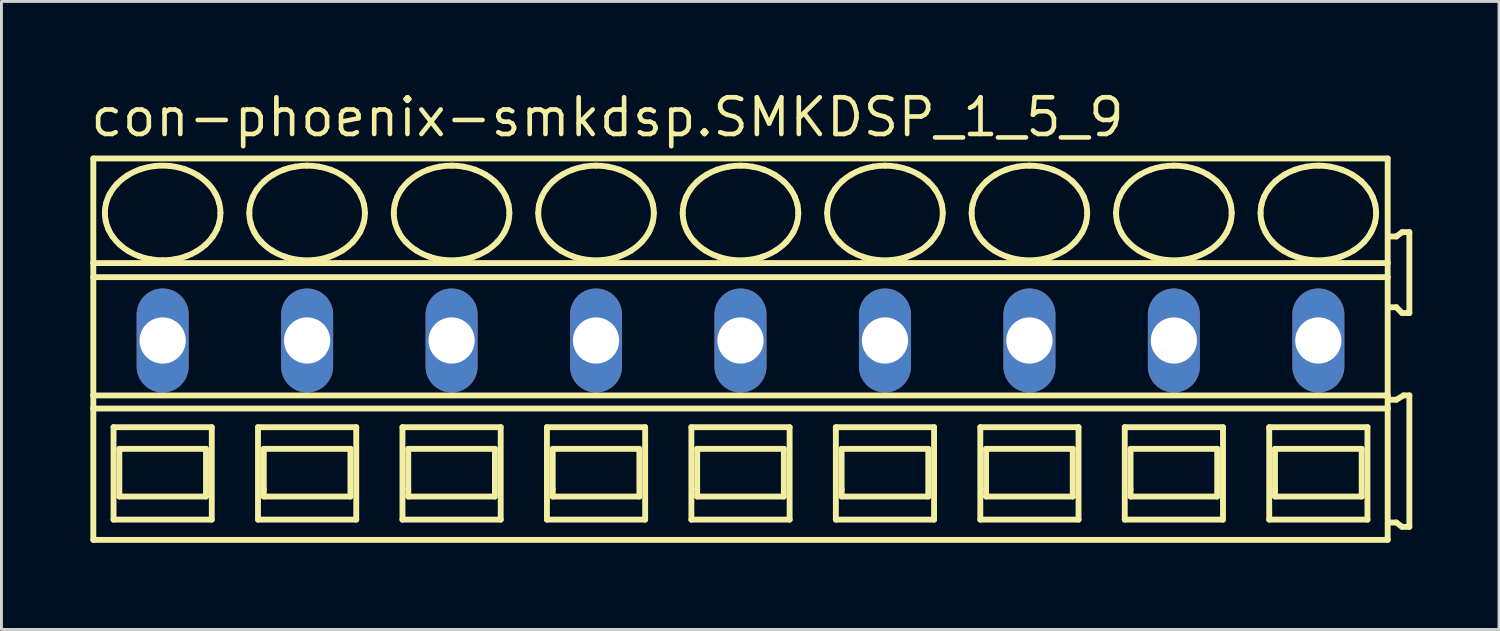
<source format=kicad_pcb>
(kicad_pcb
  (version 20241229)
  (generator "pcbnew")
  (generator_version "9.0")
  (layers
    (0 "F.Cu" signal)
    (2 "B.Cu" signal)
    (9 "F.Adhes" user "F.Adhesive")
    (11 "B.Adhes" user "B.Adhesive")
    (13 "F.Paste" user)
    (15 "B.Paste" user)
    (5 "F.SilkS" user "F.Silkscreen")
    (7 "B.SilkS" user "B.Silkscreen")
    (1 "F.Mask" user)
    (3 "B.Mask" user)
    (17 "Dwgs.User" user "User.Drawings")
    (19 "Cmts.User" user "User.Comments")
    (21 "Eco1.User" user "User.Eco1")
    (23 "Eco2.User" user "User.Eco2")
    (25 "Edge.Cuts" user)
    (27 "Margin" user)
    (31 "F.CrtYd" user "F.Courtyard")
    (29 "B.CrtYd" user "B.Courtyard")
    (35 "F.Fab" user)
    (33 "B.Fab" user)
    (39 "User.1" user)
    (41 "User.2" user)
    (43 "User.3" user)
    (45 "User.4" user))
  (footprint "con-phoenix-smkdsp.SMKDSP_1_5_9"
    (layer "F.Cu")
    (at 5.08 8.735)
    (property "Reference" "con-phoenix-smkdsp.SMKDSP_1_5_9" (at -5.08 -6.985 0) (layer "F.SilkS") (effects (font (size 1.27 1.27) (thickness 0.16)) (justify left bottom)))
    (attr through_hole)
    (fp_line (start -4.9 -6.3) (end -4.9 -2.679) (stroke (width 0.203) (type default)) (layer "F.SilkS"))
    (fp_line (start -4.9 -2.679) (end -4.9 -2.192) (stroke (width 0.203) (type default)) (layer "F.SilkS"))
    (fp_line (start -4.9 -2.192) (end -4.9 1.902) (stroke (width 0.203) (type default)) (layer "F.SilkS"))
    (fp_line (start -4.9 1.902) (end -4.9 2.354) (stroke (width 0.203) (type default)) (layer "F.SilkS"))
    (fp_line (start -4.9 2.354) (end -4.9 6.9) (stroke (width 0.203) (type default)) (layer "F.SilkS"))
    (fp_line (start -4.9 6.9) (end 39.9 6.9) (stroke (width 0.203) (type default)) (layer "F.SilkS"))
    (fp_line (start -4.2 3) (end -4.2 6.2) (stroke (width 0.203) (type default)) (layer "F.SilkS"))
    (fp_line (start -4.2 6.2) (end -0.8 6.2) (stroke (width 0.203) (type default)) (layer "F.SilkS"))
    (fp_line (start -4 3.75) (end -4 5.4) (stroke (width 0.203) (type default)) (layer "F.SilkS"))
    (fp_line (start -4 5.4) (end -1 5.4) (stroke (width 0.203) (type default)) (layer "F.SilkS"))
    (fp_line (start -1 3.75) (end -4 3.75) (stroke (width 0.203) (type default)) (layer "F.SilkS"))
    (fp_line (start -1 5.4) (end -1 3.75) (stroke (width 0.203) (type default)) (layer "F.SilkS"))
    (fp_line (start -0.8 3) (end -4.2 3) (stroke (width 0.203) (type default)) (layer "F.SilkS"))
    (fp_line (start -0.8 6.2) (end -0.8 3) (stroke (width 0.203) (type default)) (layer "F.SilkS"))
    (fp_line (start 0.8 3) (end 0.8 6.2) (stroke (width 0.203) (type default)) (layer "F.SilkS"))
    (fp_line (start 0.8 6.2) (end 4.2 6.2) (stroke (width 0.203) (type default)) (layer "F.SilkS"))
    (fp_line (start 1 3.75) (end 1 5.15) (stroke (width 0.203) (type default)) (layer "F.SilkS"))
    (fp_line (start 1 5.15) (end 1 5.4) (stroke (width 0.203) (type default)) (layer "F.SilkS"))
    (fp_line (start 1 5.4) (end 4 5.4) (stroke (width 0.203) (type default)) (layer "F.SilkS"))
    (fp_line (start 4 3.75) (end 1 3.75) (stroke (width 0.203) (type default)) (layer "F.SilkS"))
    (fp_line (start 4 5.4) (end 4 3.75) (stroke (width 0.203) (type default)) (layer "F.SilkS"))
    (fp_line (start 4.2 3) (end 0.8 3) (stroke (width 0.203) (type default)) (layer "F.SilkS"))
    (fp_line (start 4.2 6.2) (end 4.2 3) (stroke (width 0.203) (type default)) (layer "F.SilkS"))
    (fp_line (start 5.8 3) (end 5.8 6.2) (stroke (width 0.203) (type default)) (layer "F.SilkS"))
    (fp_line (start 5.8 6.2) (end 9.2 6.2) (stroke (width 0.203) (type default)) (layer "F.SilkS"))
    (fp_line (start 6 3.75) (end 6 5.15) (stroke (width 0.203) (type default)) (layer "F.SilkS"))
    (fp_line (start 6 5.15) (end 6 5.4) (stroke (width 0.203) (type default)) (layer "F.SilkS"))
    (fp_line (start 6 5.4) (end 9 5.4) (stroke (width 0.203) (type default)) (layer "F.SilkS"))
    (fp_line (start 9 3.75) (end 6 3.75) (stroke (width 0.203) (type default)) (layer "F.SilkS"))
    (fp_line (start 9 5.4) (end 9 3.75) (stroke (width 0.203) (type default)) (layer "F.SilkS"))
    (fp_line (start 9.2 3) (end 5.8 3) (stroke (width 0.203) (type default)) (layer "F.SilkS"))
    (fp_line (start 9.2 6.2) (end 9.2 3) (stroke (width 0.203) (type default)) (layer "F.SilkS"))
    (fp_line (start 10.8 3) (end 10.8 6.2) (stroke (width 0.203) (type default)) (layer "F.SilkS"))
    (fp_line (start 10.8 6.2) (end 14.2 6.2) (stroke (width 0.203) (type default)) (layer "F.SilkS"))
    (fp_line (start 11 3.75) (end 11 5.15) (stroke (width 0.203) (type default)) (layer "F.SilkS"))
    (fp_line (start 11 5.15) (end 11 5.4) (stroke (width 0.203) (type default)) (layer "F.SilkS"))
    (fp_line (start 11 5.4) (end 14 5.4) (stroke (width 0.203) (type default)) (layer "F.SilkS"))
    (fp_line (start 14 3.75) (end 11 3.75) (stroke (width 0.203) (type default)) (layer "F.SilkS"))
    (fp_line (start 14 5.4) (end 14 3.75) (stroke (width 0.203) (type default)) (layer "F.SilkS"))
    (fp_line (start 14.2 3) (end 10.8 3) (stroke (width 0.203) (type default)) (layer "F.SilkS"))
    (fp_line (start 14.2 6.2) (end 14.2 3) (stroke (width 0.203) (type default)) (layer "F.SilkS"))
    (fp_line (start 15.8 3) (end 15.8 6.2) (stroke (width 0.203) (type default)) (layer "F.SilkS"))
    (fp_line (start 15.8 6.2) (end 19.2 6.2) (stroke (width 0.203) (type default)) (layer "F.SilkS"))
    (fp_line (start 16 3.75) (end 16 5.15) (stroke (width 0.203) (type default)) (layer "F.SilkS"))
    (fp_line (start 16 5.15) (end 16 5.4) (stroke (width 0.203) (type default)) (layer "F.SilkS"))
    (fp_line (start 16 5.4) (end 19 5.4) (stroke (width 0.203) (type default)) (layer "F.SilkS"))
    (fp_line (start 19 3.75) (end 16 3.75) (stroke (width 0.203) (type default)) (layer "F.SilkS"))
    (fp_line (start 19 5.4) (end 19 3.75) (stroke (width 0.203) (type default)) (layer "F.SilkS"))
    (fp_line (start 19.2 3) (end 15.8 3) (stroke (width 0.203) (type default)) (layer "F.SilkS"))
    (fp_line (start 19.2 6.2) (end 19.2 3) (stroke (width 0.203) (type default)) (layer "F.SilkS"))
    (fp_line (start 20.8 3) (end 20.8 6.2) (stroke (width 0.203) (type default)) (layer "F.SilkS"))
    (fp_line (start 20.8 6.2) (end 24.2 6.2) (stroke (width 0.203) (type default)) (layer "F.SilkS"))
    (fp_line (start 21 3.75) (end 21 5.15) (stroke (width 0.203) (type default)) (layer "F.SilkS"))
    (fp_line (start 21 5.15) (end 21 5.4) (stroke (width 0.203) (type default)) (layer "F.SilkS"))
    (fp_line (start 21 5.4) (end 24 5.4) (stroke (width 0.203) (type default)) (layer "F.SilkS"))
    (fp_line (start 24 3.75) (end 21 3.75) (stroke (width 0.203) (type default)) (layer "F.SilkS"))
    (fp_line (start 24 5.4) (end 24 3.75) (stroke (width 0.203) (type default)) (layer "F.SilkS"))
    (fp_line (start 24.2 3) (end 20.8 3) (stroke (width 0.203) (type default)) (layer "F.SilkS"))
    (fp_line (start 24.2 6.2) (end 24.2 3) (stroke (width 0.203) (type default)) (layer "F.SilkS"))
    (fp_line (start 25.8 3) (end 25.8 6.2) (stroke (width 0.203) (type default)) (layer "F.SilkS"))
    (fp_line (start 25.8 6.2) (end 29.2 6.2) (stroke (width 0.203) (type default)) (layer "F.SilkS"))
    (fp_line (start 26 3.75) (end 26 5.15) (stroke (width 0.203) (type default)) (layer "F.SilkS"))
    (fp_line (start 26 5.15) (end 26 5.4) (stroke (width 0.203) (type default)) (layer "F.SilkS"))
    (fp_line (start 26 5.4) (end 29 5.4) (stroke (width 0.203) (type default)) (layer "F.SilkS"))
    (fp_line (start 29 3.75) (end 26 3.75) (stroke (width 0.203) (type default)) (layer "F.SilkS"))
    (fp_line (start 29 5.4) (end 29 3.75) (stroke (width 0.203) (type default)) (layer "F.SilkS"))
    (fp_line (start 29.2 3) (end 25.8 3) (stroke (width 0.203) (type default)) (layer "F.SilkS"))
    (fp_line (start 29.2 6.2) (end 29.2 3) (stroke (width 0.203) (type default)) (layer "F.SilkS"))
    (fp_line (start 30.8 3) (end 30.8 6.2) (stroke (width 0.203) (type default)) (layer "F.SilkS"))
    (fp_line (start 30.8 6.2) (end 34.2 6.2) (stroke (width 0.203) (type default)) (layer "F.SilkS"))
    (fp_line (start 31 3.75) (end 31 5.15) (stroke (width 0.203) (type default)) (layer "F.SilkS"))
    (fp_line (start 31 5.15) (end 31 5.4) (stroke (width 0.203) (type default)) (layer "F.SilkS"))
    (fp_line (start 31 5.4) (end 34 5.4) (stroke (width 0.203) (type default)) (layer "F.SilkS"))
    (fp_line (start 34 3.75) (end 31 3.75) (stroke (width 0.203) (type default)) (layer "F.SilkS"))
    (fp_line (start 34 5.4) (end 34 3.75) (stroke (width 0.203) (type default)) (layer "F.SilkS"))
    (fp_line (start 34.2 3) (end 30.8 3) (stroke (width 0.203) (type default)) (layer "F.SilkS"))
    (fp_line (start 34.2 6.2) (end 34.2 3) (stroke (width 0.203) (type default)) (layer "F.SilkS"))
    (fp_line (start 35.8 3) (end 35.8 6.2) (stroke (width 0.203) (type default)) (layer "F.SilkS"))
    (fp_line (start 35.8 6.2) (end 39.2 6.2) (stroke (width 0.203) (type default)) (layer "F.SilkS"))
    (fp_line (start 36 3.75) (end 36 5.15) (stroke (width 0.203) (type default)) (layer "F.SilkS"))
    (fp_line (start 36 5.15) (end 36 5.4) (stroke (width 0.203) (type default)) (layer "F.SilkS"))
    (fp_line (start 36 5.4) (end 39 5.4) (stroke (width 0.203) (type default)) (layer "F.SilkS"))
    (fp_line (start 39 3.75) (end 36 3.75) (stroke (width 0.203) (type default)) (layer "F.SilkS"))
    (fp_line (start 39 5.4) (end 39 3.75) (stroke (width 0.203) (type default)) (layer "F.SilkS"))
    (fp_line (start 39.2 3) (end 35.8 3) (stroke (width 0.203) (type default)) (layer "F.SilkS"))
    (fp_line (start 39.2 6.2) (end 39.2 3) (stroke (width 0.203) (type default)) (layer "F.SilkS"))
    (fp_line (start 39.9 -6.3) (end -4.9 -6.3) (stroke (width 0.203) (type default)) (layer "F.SilkS"))
    (fp_line (start 39.9 -2.679) (end -4.9 -2.679) (stroke (width 0.203) (type default)) (layer "F.SilkS"))
    (fp_line (start 39.9 -2.679) (end 39.9 -6.3) (stroke (width 0.203) (type default)) (layer "F.SilkS"))
    (fp_line (start 39.9 -2.192) (end -4.9 -2.192) (stroke (width 0.203) (type default)) (layer "F.SilkS"))
    (fp_line (start 39.9 -2.192) (end 39.9 -2.679) (stroke (width 0.203) (type default)) (layer "F.SilkS"))
    (fp_line (start 39.9 1.902) (end -4.9 1.902) (stroke (width 0.203) (type default)) (layer "F.SilkS"))
    (fp_line (start 39.9 1.902) (end 39.9 -2.192) (stroke (width 0.203) (type default)) (layer "F.SilkS"))
    (fp_line (start 39.9 2.354) (end -4.9 2.354) (stroke (width 0.203) (type default)) (layer "F.SilkS"))
    (fp_line (start 39.9 2.354) (end 39.9 1.902) (stroke (width 0.203) (type default)) (layer "F.SilkS"))
    (fp_line (start 39.9 6.9) (end 39.9 2.354) (stroke (width 0.203) (type default)) (layer "F.SilkS"))
    (fp_line (start 40 -1.15) (end 40.2 -1.15) (stroke (width 0.203) (type default)) (layer "F.SilkS"))
    (fp_line (start 40 6.3) (end 40.2 6.3) (stroke (width 0.203) (type default)) (layer "F.SilkS"))
    (fp_line (start 40.2 -3.6) (end 40 -3.6) (stroke (width 0.203) (type default)) (layer "F.SilkS"))
    (fp_line (start 40.2 -1.15) (end 40.4 -0.95) (stroke (width 0.203) (type default)) (layer "F.SilkS"))
    (fp_line (start 40.2 2.05) (end 40 2.05) (stroke (width 0.203) (type default)) (layer "F.SilkS"))
    (fp_line (start 40.2 6.3) (end 40.4 6.45) (stroke (width 0.203) (type default)) (layer "F.SilkS"))
    (fp_line (start 40.4 -3.75) (end 40.2 -3.6) (stroke (width 0.203) (type default)) (layer "F.SilkS"))
    (fp_line (start 40.4 -0.95) (end 40.65 -0.95) (stroke (width 0.203) (type default)) (layer "F.SilkS"))
    (fp_line (start 40.4 6.45) (end 40.65 6.45) (stroke (width 0.203) (type default)) (layer "F.SilkS"))
    (fp_line (start 40.45 1.9) (end 40.2 2.05) (stroke (width 0.203) (type default)) (layer "F.SilkS"))
    (fp_line (start 40.65 -3.75) (end 40.4 -3.75) (stroke (width 0.203) (type default)) (layer "F.SilkS"))
    (fp_line (start 40.65 -0.95) (end 40.65 -3.75) (stroke (width 0.203) (type default)) (layer "F.SilkS"))
    (fp_line (start 40.65 1.9) (end 40.45 1.9) (stroke (width 0.203) (type default)) (layer "F.SilkS"))
    (fp_line (start 40.65 6.45) (end 40.65 1.9) (stroke (width 0.203) (type default)) (layer "F.SilkS"))
    (fp_arc (start -4.5 -4.4136) (mid -4.488905 -4.585389) (end -4.4562 -4.7544) (stroke (width 0.2032) (type default)) (layer "F.SilkS"))
    (fp_arc (start -4.4695 -4.1287) (mid -4.492309 -4.270341) (end -4.5 -4.4136) (stroke (width 0.2032) (type default)) (layer "F.SilkS"))
    (fp_arc (start -4.4562 -4.7544) (mid -4.401558 -4.920839) (end -4.3273 -5.0795) (stroke (width 0.2032) (type default)) (layer "F.SilkS"))
    (fp_arc (start -4.3795 -3.8536) (mid -4.431599 -3.988827) (end -4.4695 -4.1287) (stroke (width 0.2032) (type default)) (layer "F.SilkS"))
    (fp_arc (start -4.3274 -5.0795) (mid -4.216217 -5.252167) (end -4.0864 -5.4113) (stroke (width 0.2032) (type default)) (layer "F.SilkS"))
    (fp_arc (start -4.232 -3.5945) (mid -4.312155 -3.720404) (end -4.3795 -3.8536) (stroke (width 0.2032) (type default)) (layer "F.SilkS"))
    (fp_arc (start -4.0864 -5.4113) (mid -3.911717 -5.573771) (end -3.718 -5.713) (stroke (width 0.2032) (type default)) (layer "F.SilkS"))
    (fp_arc (start -3.9861 -3.3171) (mid -4.116737 -3.448975) (end -4.2321 -3.5944) (stroke (width 0.2032) (type default)) (layer "F.SilkS"))
    (fp_arc (start -3.718 -5.713) (mid -3.497651 -5.83326) (end -3.2649 -5.9273) (stroke (width 0.2032) (type default)) (layer "F.SilkS"))
    (fp_arc (start -3.676 -3.0884) (mid -3.836846 -3.19489) (end -3.9861 -3.3171) (stroke (width 0.2032) (type default)) (layer "F.SilkS"))
    (fp_arc (start -3.313 -2.9167) (mid -3.498551 -2.993985) (end -3.676 -3.0884) (stroke (width 0.2032) (type default)) (layer "F.SilkS"))
    (fp_arc (start -3.2649 -5.9273) (mid -3.016253 -5.996227) (end -2.7616 -6.0378) (stroke (width 0.2032) (type default)) (layer "F.SilkS"))
    (fp_arc (start -2.9161 -2.8111) (mid -3.116893 -2.855096) (end -3.313 -2.9167) (stroke (width 0.2032) (type default)) (layer "F.SilkS"))
    (fp_arc (start -2.7616 -6.0378) (mid -2.5 -6.051841) (end -2.2384 -6.0378) (stroke (width 0.2032) (type default)) (layer "F.SilkS"))
    (fp_arc (start -2.5 -2.7752) (mid -2.708826 -2.784159) (end -2.9161 -2.8111) (stroke (width 0.2032) (type default)) (layer "F.SilkS"))
    (fp_arc (start -2.2384 -6.0378) (mid -1.983714 -5.996378) (end -1.7351 -5.9273) (stroke (width 0.2032) (type default)) (layer "F.SilkS"))
    (fp_arc (start -2.0839 -2.8111) (mid -2.291182 -2.784277) (end -2.5 -2.7753) (stroke (width 0.2032) (type default)) (layer "F.SilkS"))
    (fp_arc (start -1.7351 -5.9273) (mid -1.502222 -5.83353) (end -1.282 -5.713) (stroke (width 0.2032) (type default)) (layer "F.SilkS"))
    (fp_arc (start -1.687 -2.9167) (mid -1.883128 -2.855175) (end -2.0839 -2.8111) (stroke (width 0.2032) (type default)) (layer "F.SilkS"))
    (fp_arc (start -1.324 -3.0884) (mid -1.501514 -2.994123) (end -1.687 -2.9167) (stroke (width 0.2032) (type default)) (layer "F.SilkS"))
    (fp_arc (start -1.282 -5.713) (mid -1.088036 -5.574073) (end -0.9136 -5.4113) (stroke (width 0.2032) (type default)) (layer "F.SilkS"))
    (fp_arc (start -1.0139 -3.3171) (mid -1.163276 -3.195057) (end -1.324 -3.0884) (stroke (width 0.2032) (type default)) (layer "F.SilkS"))
    (fp_arc (start -0.9137 -5.4112) (mid -0.781313 -5.253987) (end -0.6727 -5.0795) (stroke (width 0.2032) (type default)) (layer "F.SilkS"))
    (fp_arc (start -0.7679 -3.5944) (mid -0.88339 -3.449088) (end -1.0139 -3.3171) (stroke (width 0.2032) (type default)) (layer "F.SilkS"))
    (fp_arc (start -0.6727 -5.0795) (mid -0.598286 -4.920901) (end -0.5438 -4.7544) (stroke (width 0.2032) (type default)) (layer "F.SilkS"))
    (fp_arc (start -0.6204 -3.8536) (mid -0.687861 -3.720421) (end -0.7679 -3.5944) (stroke (width 0.2032) (type default)) (layer "F.SilkS"))
    (fp_arc (start -0.5438 -4.7544) (mid -0.511083 -4.58539) (end -0.5 -4.4136) (stroke (width 0.2032) (type default)) (layer "F.SilkS"))
    (fp_arc (start -0.5305 -4.1287) (mid -0.568473 -3.988851) (end -0.6205 -3.8536) (stroke (width 0.2032) (type default)) (layer "F.SilkS"))
    (fp_arc (start -0.5001 -4.4136) (mid -0.50774 -4.270343) (end -0.5305 -4.1287) (stroke (width 0.2032) (type default)) (layer "F.SilkS"))
    (fp_arc (start 0.5 -4.4136) (mid 0.507693 -4.556809) (end 0.5305 -4.6984) (stroke (width 0.2032) (type default)) (layer "F.SilkS"))
    (fp_arc (start 0.5305 -4.6984) (mid 0.568467 -4.8383) (end 0.6205 -4.9736) (stroke (width 0.2032) (type default)) (layer "F.SilkS"))
    (fp_arc (start 0.5438 -4.0727) (mid 0.511073 -4.241759) (end 0.5 -4.4136) (stroke (width 0.2032) (type default)) (layer "F.SilkS"))
    (fp_arc (start 0.6204 -4.9736) (mid 0.687866 -5.106728) (end 0.7679 -5.2327) (stroke (width 0.2032) (type default)) (layer "F.SilkS"))
    (fp_arc (start 0.6727 -3.7476) (mid 0.598288 -3.9062) (end 0.5438 -4.0727) (stroke (width 0.2032) (type default)) (layer "F.SilkS"))
    (fp_arc (start 0.7679 -5.2327) (mid 0.883386 -5.378016) (end 1.0139 -5.51) (stroke (width 0.2032) (type default)) (layer "F.SilkS"))
    (fp_arc (start 0.9136 -3.4159) (mid 0.781267 -3.57312) (end 0.6727 -3.7476) (stroke (width 0.2032) (type default)) (layer "F.SilkS"))
    (fp_arc (start 1.0139 -5.51) (mid 1.163277 -5.632042) (end 1.324 -5.7387) (stroke (width 0.2032) (type default)) (layer "F.SilkS"))
    (fp_arc (start 1.282 -3.1141) (mid 1.088032 -3.253077) (end 0.9136 -3.4159) (stroke (width 0.2032) (type default)) (layer "F.SilkS"))
    (fp_arc (start 1.324 -5.7387) (mid 1.501514 -5.832977) (end 1.687 -5.9104) (stroke (width 0.2032) (type default)) (layer "F.SilkS"))
    (fp_arc (start 1.687 -5.9104) (mid 1.883128 -5.971925) (end 2.0839 -6.016) (stroke (width 0.2032) (type default)) (layer "F.SilkS"))
    (fp_arc (start 1.7351 -2.8998) (mid 1.502222 -2.993571) (end 1.282 -3.1141) (stroke (width 0.2032) (type default)) (layer "F.SilkS"))
    (fp_arc (start 2.0839 -6.0161) (mid 2.291183 -6.042919) (end 2.5 -6.0519) (stroke (width 0.2032) (type default)) (layer "F.SilkS"))
    (fp_arc (start 2.2384 -2.7893) (mid 1.983714 -2.830721) (end 1.7351 -2.8998) (stroke (width 0.2032) (type default)) (layer "F.SilkS"))
    (fp_arc (start 2.5 -6.0519) (mid 2.708826 -6.042941) (end 2.9161 -6.016) (stroke (width 0.2032) (type default)) (layer "F.SilkS"))
    (fp_arc (start 2.7616 -2.7893) (mid 2.5 -2.775259) (end 2.2384 -2.7893) (stroke (width 0.2032) (type default)) (layer "F.SilkS"))
    (fp_arc (start 2.9161 -6.016) (mid 3.116893 -5.972004) (end 3.313 -5.9104) (stroke (width 0.2032) (type default)) (layer "F.SilkS"))
    (fp_arc (start 3.2649 -2.8998) (mid 3.016253 -2.830873) (end 2.7616 -2.7893) (stroke (width 0.2032) (type default)) (layer "F.SilkS"))
    (fp_arc (start 3.313 -5.9104) (mid 3.498552 -5.833116) (end 3.676 -5.7387) (stroke (width 0.2032) (type default)) (layer "F.SilkS"))
    (fp_arc (start 3.676 -5.7387) (mid 3.836846 -5.632209) (end 3.9861 -5.51) (stroke (width 0.2032) (type default)) (layer "F.SilkS"))
    (fp_arc (start 3.718 -3.1141) (mid 3.497651 -2.993839) (end 3.2649 -2.8998) (stroke (width 0.2032) (type default)) (layer "F.SilkS"))
    (fp_arc (start 3.9861 -5.51) (mid 4.116738 -5.378126) (end 4.2321 -5.2327) (stroke (width 0.2032) (type default)) (layer "F.SilkS"))
    (fp_arc (start 4.0864 -3.4159) (mid 3.911721 -3.253378) (end 3.718 -3.1141) (stroke (width 0.2032) (type default)) (layer "F.SilkS"))
    (fp_arc (start 4.2321 -5.2327) (mid 4.312204 -5.106793) (end 4.3795 -4.9736) (stroke (width 0.2032) (type default)) (layer "F.SilkS"))
    (fp_arc (start 4.3273 -3.7476) (mid 4.216161 -3.574988) (end 4.0864 -3.4159) (stroke (width 0.2032) (type default)) (layer "F.SilkS"))
    (fp_arc (start 4.3795 -4.9736) (mid 4.431605 -4.838324) (end 4.4695 -4.6984) (stroke (width 0.2032) (type default)) (layer "F.SilkS"))
    (fp_arc (start 4.4562 -4.0727) (mid 4.401557 -3.906262) (end 4.3273 -3.7476) (stroke (width 0.2032) (type default)) (layer "F.SilkS"))
    (fp_arc (start 4.4695 -4.6984) (mid 4.4923 -4.556809) (end 4.5 -4.4136) (stroke (width 0.2032) (type default)) (layer "F.SilkS"))
    (fp_arc (start 4.5 -4.4136) (mid 4.488914 -4.241761) (end 4.4562 -4.0727) (stroke (width 0.2032) (type default)) (layer "F.SilkS"))
    (fp_arc (start 5.5 -4.4136) (mid 5.507693 -4.556809) (end 5.5305 -4.6984) (stroke (width 0.2032) (type default)) (layer "F.SilkS"))
    (fp_arc (start 5.5305 -4.6984) (mid 5.568467 -4.8383) (end 5.6205 -4.9736) (stroke (width 0.2032) (type default)) (layer "F.SilkS"))
    (fp_arc (start 5.5438 -4.0727) (mid 5.511073 -4.241759) (end 5.5 -4.4136) (stroke (width 0.2032) (type default)) (layer "F.SilkS"))
    (fp_arc (start 5.6204 -4.9736) (mid 5.687866 -5.106728) (end 5.7679 -5.2327) (stroke (width 0.2032) (type default)) (layer "F.SilkS"))
    (fp_arc (start 5.6727 -3.7476) (mid 5.598288 -3.9062) (end 5.5438 -4.0727) (stroke (width 0.2032) (type default)) (layer "F.SilkS"))
    (fp_arc (start 5.7679 -5.2327) (mid 5.883386 -5.378016) (end 6.0139 -5.51) (stroke (width 0.2032) (type default)) (layer "F.SilkS"))
    (fp_arc (start 5.9136 -3.4159) (mid 5.781267 -3.57312) (end 5.6727 -3.7476) (stroke (width 0.2032) (type default)) (layer "F.SilkS"))
    (fp_arc (start 6.0139 -5.51) (mid 6.163277 -5.632042) (end 6.324 -5.7387) (stroke (width 0.2032) (type default)) (layer "F.SilkS"))
    (fp_arc (start 6.282 -3.1141) (mid 6.088032 -3.253077) (end 5.9136 -3.4159) (stroke (width 0.2032) (type default)) (layer "F.SilkS"))
    (fp_arc (start 6.324 -5.7387) (mid 6.501514 -5.832977) (end 6.687 -5.9104) (stroke (width 0.2032) (type default)) (layer "F.SilkS"))
    (fp_arc (start 6.687 -5.9104) (mid 6.883128 -5.971925) (end 7.0839 -6.016) (stroke (width 0.2032) (type default)) (layer "F.SilkS"))
    (fp_arc (start 6.7351 -2.8998) (mid 6.502222 -2.993571) (end 6.282 -3.1141) (stroke (width 0.2032) (type default)) (layer "F.SilkS"))
    (fp_arc (start 7.0839 -6.0161) (mid 7.291183 -6.042919) (end 7.5 -6.0519) (stroke (width 0.2032) (type default)) (layer "F.SilkS"))
    (fp_arc (start 7.2384 -2.7893) (mid 6.983714 -2.830721) (end 6.7351 -2.8998) (stroke (width 0.2032) (type default)) (layer "F.SilkS"))
    (fp_arc (start 7.5 -6.0519) (mid 7.708826 -6.042941) (end 7.9161 -6.016) (stroke (width 0.2032) (type default)) (layer "F.SilkS"))
    (fp_arc (start 7.7616 -2.7893) (mid 7.5 -2.775259) (end 7.2384 -2.7893) (stroke (width 0.2032) (type default)) (layer "F.SilkS"))
    (fp_arc (start 7.9161 -6.016) (mid 8.116893 -5.972004) (end 8.313 -5.9104) (stroke (width 0.2032) (type default)) (layer "F.SilkS"))
    (fp_arc (start 8.2649 -2.8998) (mid 8.016253 -2.830873) (end 7.7616 -2.7893) (stroke (width 0.2032) (type default)) (layer "F.SilkS"))
    (fp_arc (start 8.313 -5.9104) (mid 8.498552 -5.833116) (end 8.676 -5.7387) (stroke (width 0.2032) (type default)) (layer "F.SilkS"))
    (fp_arc (start 8.676 -5.7387) (mid 8.836846 -5.632209) (end 8.9861 -5.51) (stroke (width 0.2032) (type default)) (layer "F.SilkS"))
    (fp_arc (start 8.718 -3.1141) (mid 8.497651 -2.993839) (end 8.2649 -2.8998) (stroke (width 0.2032) (type default)) (layer "F.SilkS"))
    (fp_arc (start 8.9861 -5.51) (mid 9.116738 -5.378126) (end 9.2321 -5.2327) (stroke (width 0.2032) (type default)) (layer "F.SilkS"))
    (fp_arc (start 9.0864 -3.4159) (mid 8.911721 -3.253378) (end 8.718 -3.1141) (stroke (width 0.2032) (type default)) (layer "F.SilkS"))
    (fp_arc (start 9.2321 -5.2327) (mid 9.312204 -5.106793) (end 9.3795 -4.9736) (stroke (width 0.2032) (type default)) (layer "F.SilkS"))
    (fp_arc (start 9.3273 -3.7476) (mid 9.216161 -3.574988) (end 9.0864 -3.4159) (stroke (width 0.2032) (type default)) (layer "F.SilkS"))
    (fp_arc (start 9.3795 -4.9736) (mid 9.431605 -4.838324) (end 9.4695 -4.6984) (stroke (width 0.2032) (type default)) (layer "F.SilkS"))
    (fp_arc (start 9.4562 -4.0727) (mid 9.401557 -3.906262) (end 9.3273 -3.7476) (stroke (width 0.2032) (type default)) (layer "F.SilkS"))
    (fp_arc (start 9.4695 -4.6984) (mid 9.4923 -4.556809) (end 9.5 -4.4136) (stroke (width 0.2032) (type default)) (layer "F.SilkS"))
    (fp_arc (start 9.5 -4.4136) (mid 9.488914 -4.241761) (end 9.4562 -4.0727) (stroke (width 0.2032) (type default)) (layer "F.SilkS"))
    (fp_arc (start 10.5 -4.4136) (mid 10.507693 -4.556809) (end 10.5305 -4.6984) (stroke (width 0.2032) (type default)) (layer "F.SilkS"))
    (fp_arc (start 10.5305 -4.6984) (mid 10.568467 -4.8383) (end 10.6205 -4.9736) (stroke (width 0.2032) (type default)) (layer "F.SilkS"))
    (fp_arc (start 10.5438 -4.0727) (mid 10.511073 -4.241759) (end 10.5 -4.4136) (stroke (width 0.2032) (type default)) (layer "F.SilkS"))
    (fp_arc (start 10.6204 -4.9736) (mid 10.687866 -5.106728) (end 10.7679 -5.2327) (stroke (width 0.2032) (type default)) (layer "F.SilkS"))
    (fp_arc (start 10.6727 -3.7476) (mid 10.598288 -3.9062) (end 10.5438 -4.0727) (stroke (width 0.2032) (type default)) (layer "F.SilkS"))
    (fp_arc (start 10.7679 -5.2327) (mid 10.883386 -5.378016) (end 11.0139 -5.51) (stroke (width 0.2032) (type default)) (layer "F.SilkS"))
    (fp_arc (start 10.9136 -3.4159) (mid 10.781267 -3.57312) (end 10.6727 -3.7476) (stroke (width 0.2032) (type default)) (layer "F.SilkS"))
    (fp_arc (start 11.0139 -5.51) (mid 11.163277 -5.632042) (end 11.324 -5.7387) (stroke (width 0.2032) (type default)) (layer "F.SilkS"))
    (fp_arc (start 11.282 -3.1141) (mid 11.088032 -3.253077) (end 10.9136 -3.4159) (stroke (width 0.2032) (type default)) (layer "F.SilkS"))
    (fp_arc (start 11.324 -5.7387) (mid 11.501514 -5.832977) (end 11.687 -5.9104) (stroke (width 0.2032) (type default)) (layer "F.SilkS"))
    (fp_arc (start 11.687 -5.9104) (mid 11.883128 -5.971925) (end 12.0839 -6.016) (stroke (width 0.2032) (type default)) (layer "F.SilkS"))
    (fp_arc (start 11.7351 -2.8998) (mid 11.502222 -2.993571) (end 11.282 -3.1141) (stroke (width 0.2032) (type default)) (layer "F.SilkS"))
    (fp_arc (start 12.0839 -6.0161) (mid 12.291183 -6.042919) (end 12.5 -6.0519) (stroke (width 0.2032) (type default)) (layer "F.SilkS"))
    (fp_arc (start 12.2384 -2.7893) (mid 11.983714 -2.830721) (end 11.7351 -2.8998) (stroke (width 0.2032) (type default)) (layer "F.SilkS"))
    (fp_arc (start 12.5 -6.0519) (mid 12.708826 -6.042941) (end 12.9161 -6.016) (stroke (width 0.2032) (type default)) (layer "F.SilkS"))
    (fp_arc (start 12.7616 -2.7893) (mid 12.5 -2.775259) (end 12.2384 -2.7893) (stroke (width 0.2032) (type default)) (layer "F.SilkS"))
    (fp_arc (start 12.9161 -6.016) (mid 13.116893 -5.972004) (end 13.313 -5.9104) (stroke (width 0.2032) (type default)) (layer "F.SilkS"))
    (fp_arc (start 13.2649 -2.8998) (mid 13.016253 -2.830873) (end 12.7616 -2.7893) (stroke (width 0.2032) (type default)) (layer "F.SilkS"))
    (fp_arc (start 13.313 -5.9104) (mid 13.498552 -5.833116) (end 13.676 -5.7387) (stroke (width 0.2032) (type default)) (layer "F.SilkS"))
    (fp_arc (start 13.676 -5.7387) (mid 13.836846 -5.632209) (end 13.9861 -5.51) (stroke (width 0.2032) (type default)) (layer "F.SilkS"))
    (fp_arc (start 13.718 -3.1141) (mid 13.497651 -2.993839) (end 13.2649 -2.8998) (stroke (width 0.2032) (type default)) (layer "F.SilkS"))
    (fp_arc (start 13.9861 -5.51) (mid 14.116738 -5.378126) (end 14.2321 -5.2327) (stroke (width 0.2032) (type default)) (layer "F.SilkS"))
    (fp_arc (start 14.0864 -3.4159) (mid 13.911721 -3.253378) (end 13.718 -3.1141) (stroke (width 0.2032) (type default)) (layer "F.SilkS"))
    (fp_arc (start 14.2321 -5.2327) (mid 14.312204 -5.106793) (end 14.3795 -4.9736) (stroke (width 0.2032) (type default)) (layer "F.SilkS"))
    (fp_arc (start 14.3273 -3.7476) (mid 14.216161 -3.574988) (end 14.0864 -3.4159) (stroke (width 0.2032) (type default)) (layer "F.SilkS"))
    (fp_arc (start 14.3795 -4.9736) (mid 14.431605 -4.838324) (end 14.4695 -4.6984) (stroke (width 0.2032) (type default)) (layer "F.SilkS"))
    (fp_arc (start 14.4562 -4.0727) (mid 14.401557 -3.906262) (end 14.3273 -3.7476) (stroke (width 0.2032) (type default)) (layer "F.SilkS"))
    (fp_arc (start 14.4695 -4.6984) (mid 14.4923 -4.556809) (end 14.5 -4.4136) (stroke (width 0.2032) (type default)) (layer "F.SilkS"))
    (fp_arc (start 14.5 -4.4136) (mid 14.488914 -4.241761) (end 14.4562 -4.0727) (stroke (width 0.2032) (type default)) (layer "F.SilkS"))
    (fp_arc (start 15.5 -4.4136) (mid 15.507693 -4.556809) (end 15.5305 -4.6984) (stroke (width 0.2032) (type default)) (layer "F.SilkS"))
    (fp_arc (start 15.5305 -4.6984) (mid 15.568467 -4.8383) (end 15.6205 -4.9736) (stroke (width 0.2032) (type default)) (layer "F.SilkS"))
    (fp_arc (start 15.5438 -4.0727) (mid 15.511073 -4.241759) (end 15.5 -4.4136) (stroke (width 0.2032) (type default)) (layer "F.SilkS"))
    (fp_arc (start 15.6204 -4.9736) (mid 15.687866 -5.106728) (end 15.7679 -5.2327) (stroke (width 0.2032) (type default)) (layer "F.SilkS"))
    (fp_arc (start 15.6727 -3.7476) (mid 15.598288 -3.9062) (end 15.5438 -4.0727) (stroke (width 0.2032) (type default)) (layer "F.SilkS"))
    (fp_arc (start 15.7679 -5.2327) (mid 15.883386 -5.378016) (end 16.0139 -5.51) (stroke (width 0.2032) (type default)) (layer "F.SilkS"))
    (fp_arc (start 15.9136 -3.4159) (mid 15.781267 -3.57312) (end 15.6727 -3.7476) (stroke (width 0.2032) (type default)) (layer "F.SilkS"))
    (fp_arc (start 16.0139 -5.51) (mid 16.163277 -5.632042) (end 16.324 -5.7387) (stroke (width 0.2032) (type default)) (layer "F.SilkS"))
    (fp_arc (start 16.282 -3.1141) (mid 16.088032 -3.253077) (end 15.9136 -3.4159) (stroke (width 0.2032) (type default)) (layer "F.SilkS"))
    (fp_arc (start 16.324 -5.7387) (mid 16.501514 -5.832977) (end 16.687 -5.9104) (stroke (width 0.2032) (type default)) (layer "F.SilkS"))
    (fp_arc (start 16.687 -5.9104) (mid 16.883128 -5.971925) (end 17.0839 -6.016) (stroke (width 0.2032) (type default)) (layer "F.SilkS"))
    (fp_arc (start 16.7351 -2.8998) (mid 16.502222 -2.993571) (end 16.282 -3.1141) (stroke (width 0.2032) (type default)) (layer "F.SilkS"))
    (fp_arc (start 17.0839 -6.0161) (mid 17.291183 -6.042919) (end 17.5 -6.0519) (stroke (width 0.2032) (type default)) (layer "F.SilkS"))
    (fp_arc (start 17.2384 -2.7893) (mid 16.983714 -2.830721) (end 16.7351 -2.8998) (stroke (width 0.2032) (type default)) (layer "F.SilkS"))
    (fp_arc (start 17.5 -6.0519) (mid 17.708826 -6.042941) (end 17.9161 -6.016) (stroke (width 0.2032) (type default)) (layer "F.SilkS"))
    (fp_arc (start 17.7616 -2.7893) (mid 17.5 -2.775259) (end 17.2384 -2.7893) (stroke (width 0.2032) (type default)) (layer "F.SilkS"))
    (fp_arc (start 17.9161 -6.016) (mid 18.116893 -5.972004) (end 18.313 -5.9104) (stroke (width 0.2032) (type default)) (layer "F.SilkS"))
    (fp_arc (start 18.2649 -2.8998) (mid 18.016253 -2.830873) (end 17.7616 -2.7893) (stroke (width 0.2032) (type default)) (layer "F.SilkS"))
    (fp_arc (start 18.313 -5.9104) (mid 18.498552 -5.833116) (end 18.676 -5.7387) (stroke (width 0.2032) (type default)) (layer "F.SilkS"))
    (fp_arc (start 18.676 -5.7387) (mid 18.836846 -5.632209) (end 18.9861 -5.51) (stroke (width 0.2032) (type default)) (layer "F.SilkS"))
    (fp_arc (start 18.718 -3.1141) (mid 18.497651 -2.993839) (end 18.2649 -2.8998) (stroke (width 0.2032) (type default)) (layer "F.SilkS"))
    (fp_arc (start 18.9861 -5.51) (mid 19.116738 -5.378126) (end 19.2321 -5.2327) (stroke (width 0.2032) (type default)) (layer "F.SilkS"))
    (fp_arc (start 19.0864 -3.4159) (mid 18.911721 -3.253378) (end 18.718 -3.1141) (stroke (width 0.2032) (type default)) (layer "F.SilkS"))
    (fp_arc (start 19.2321 -5.2327) (mid 19.312204 -5.106793) (end 19.3795 -4.9736) (stroke (width 0.2032) (type default)) (layer "F.SilkS"))
    (fp_arc (start 19.3273 -3.7476) (mid 19.216161 -3.574988) (end 19.0864 -3.4159) (stroke (width 0.2032) (type default)) (layer "F.SilkS"))
    (fp_arc (start 19.3795 -4.9736) (mid 19.431605 -4.838324) (end 19.4695 -4.6984) (stroke (width 0.2032) (type default)) (layer "F.SilkS"))
    (fp_arc (start 19.4562 -4.0727) (mid 19.401557 -3.906262) (end 19.3273 -3.7476) (stroke (width 0.2032) (type default)) (layer "F.SilkS"))
    (fp_arc (start 19.4695 -4.6984) (mid 19.4923 -4.556809) (end 19.5 -4.4136) (stroke (width 0.2032) (type default)) (layer "F.SilkS"))
    (fp_arc (start 19.5 -4.4136) (mid 19.488914 -4.241761) (end 19.4562 -4.0727) (stroke (width 0.2032) (type default)) (layer "F.SilkS"))
    (fp_arc (start 20.5 -4.4136) (mid 20.507693 -4.556809) (end 20.5305 -4.6984) (stroke (width 0.2032) (type default)) (layer "F.SilkS"))
    (fp_arc (start 20.5305 -4.6984) (mid 20.568467 -4.8383) (end 20.6205 -4.9736) (stroke (width 0.2032) (type default)) (layer "F.SilkS"))
    (fp_arc (start 20.5438 -4.0727) (mid 20.511073 -4.241759) (end 20.5 -4.4136) (stroke (width 0.2032) (type default)) (layer "F.SilkS"))
    (fp_arc (start 20.6204 -4.9736) (mid 20.687866 -5.106728) (end 20.7679 -5.2327) (stroke (width 0.2032) (type default)) (layer "F.SilkS"))
    (fp_arc (start 20.6727 -3.7476) (mid 20.598288 -3.9062) (end 20.5438 -4.0727) (stroke (width 0.2032) (type default)) (layer "F.SilkS"))
    (fp_arc (start 20.7679 -5.2327) (mid 20.883386 -5.378016) (end 21.0139 -5.51) (stroke (width 0.2032) (type default)) (layer "F.SilkS"))
    (fp_arc (start 20.9136 -3.4159) (mid 20.781267 -3.57312) (end 20.6727 -3.7476) (stroke (width 0.2032) (type default)) (layer "F.SilkS"))
    (fp_arc (start 21.0139 -5.51) (mid 21.163277 -5.632042) (end 21.324 -5.7387) (stroke (width 0.2032) (type default)) (layer "F.SilkS"))
    (fp_arc (start 21.282 -3.1141) (mid 21.088032 -3.253077) (end 20.9136 -3.4159) (stroke (width 0.2032) (type default)) (layer "F.SilkS"))
    (fp_arc (start 21.324 -5.7387) (mid 21.501514 -5.832977) (end 21.687 -5.9104) (stroke (width 0.2032) (type default)) (layer "F.SilkS"))
    (fp_arc (start 21.687 -5.9104) (mid 21.883128 -5.971925) (end 22.0839 -6.016) (stroke (width 0.2032) (type default)) (layer "F.SilkS"))
    (fp_arc (start 21.7351 -2.8998) (mid 21.502222 -2.993571) (end 21.282 -3.1141) (stroke (width 0.2032) (type default)) (layer "F.SilkS"))
    (fp_arc (start 22.0839 -6.0161) (mid 22.291183 -6.042919) (end 22.5 -6.0519) (stroke (width 0.2032) (type default)) (layer "F.SilkS"))
    (fp_arc (start 22.2384 -2.7893) (mid 21.983714 -2.830721) (end 21.7351 -2.8998) (stroke (width 0.2032) (type default)) (layer "F.SilkS"))
    (fp_arc (start 22.5 -6.0519) (mid 22.708826 -6.042941) (end 22.9161 -6.016) (stroke (width 0.2032) (type default)) (layer "F.SilkS"))
    (fp_arc (start 22.7616 -2.7893) (mid 22.5 -2.775259) (end 22.2384 -2.7893) (stroke (width 0.2032) (type default)) (layer "F.SilkS"))
    (fp_arc (start 22.9161 -6.016) (mid 23.116893 -5.972004) (end 23.313 -5.9104) (stroke (width 0.2032) (type default)) (layer "F.SilkS"))
    (fp_arc (start 23.2649 -2.8998) (mid 23.016253 -2.830873) (end 22.7616 -2.7893) (stroke (width 0.2032) (type default)) (layer "F.SilkS"))
    (fp_arc (start 23.313 -5.9104) (mid 23.498552 -5.833116) (end 23.676 -5.7387) (stroke (width 0.2032) (type default)) (layer "F.SilkS"))
    (fp_arc (start 23.676 -5.7387) (mid 23.836846 -5.632209) (end 23.9861 -5.51) (stroke (width 0.2032) (type default)) (layer "F.SilkS"))
    (fp_arc (start 23.718 -3.1141) (mid 23.497651 -2.993839) (end 23.2649 -2.8998) (stroke (width 0.2032) (type default)) (layer "F.SilkS"))
    (fp_arc (start 23.9861 -5.51) (mid 24.116738 -5.378126) (end 24.2321 -5.2327) (stroke (width 0.2032) (type default)) (layer "F.SilkS"))
    (fp_arc (start 24.0864 -3.4159) (mid 23.911721 -3.253378) (end 23.718 -3.1141) (stroke (width 0.2032) (type default)) (layer "F.SilkS"))
    (fp_arc (start 24.2321 -5.2327) (mid 24.312204 -5.106793) (end 24.3795 -4.9736) (stroke (width 0.2032) (type default)) (layer "F.SilkS"))
    (fp_arc (start 24.3273 -3.7476) (mid 24.216161 -3.574988) (end 24.0864 -3.4159) (stroke (width 0.2032) (type default)) (layer "F.SilkS"))
    (fp_arc (start 24.3795 -4.9736) (mid 24.431605 -4.838324) (end 24.4695 -4.6984) (stroke (width 0.2032) (type default)) (layer "F.SilkS"))
    (fp_arc (start 24.4562 -4.0727) (mid 24.401557 -3.906262) (end 24.3273 -3.7476) (stroke (width 0.2032) (type default)) (layer "F.SilkS"))
    (fp_arc (start 24.4695 -4.6984) (mid 24.4923 -4.556809) (end 24.5 -4.4136) (stroke (width 0.2032) (type default)) (layer "F.SilkS"))
    (fp_arc (start 24.5 -4.4136) (mid 24.488914 -4.241761) (end 24.4562 -4.0727) (stroke (width 0.2032) (type default)) (layer "F.SilkS"))
    (fp_arc (start 25.5 -4.4136) (mid 25.507693 -4.556809) (end 25.5305 -4.6984) (stroke (width 0.2032) (type default)) (layer "F.SilkS"))
    (fp_arc (start 25.5305 -4.6984) (mid 25.568467 -4.8383) (end 25.6205 -4.9736) (stroke (width 0.2032) (type default)) (layer "F.SilkS"))
    (fp_arc (start 25.5438 -4.0727) (mid 25.511073 -4.241759) (end 25.5 -4.4136) (stroke (width 0.2032) (type default)) (layer "F.SilkS"))
    (fp_arc (start 25.6204 -4.9736) (mid 25.687866 -5.106728) (end 25.7679 -5.2327) (stroke (width 0.2032) (type default)) (layer "F.SilkS"))
    (fp_arc (start 25.6727 -3.7476) (mid 25.598288 -3.9062) (end 25.5438 -4.0727) (stroke (width 0.2032) (type default)) (layer "F.SilkS"))
    (fp_arc (start 25.7679 -5.2327) (mid 25.883386 -5.378016) (end 26.0139 -5.51) (stroke (width 0.2032) (type default)) (layer "F.SilkS"))
    (fp_arc (start 25.9136 -3.4159) (mid 25.781267 -3.57312) (end 25.6727 -3.7476) (stroke (width 0.2032) (type default)) (layer "F.SilkS"))
    (fp_arc (start 26.0139 -5.51) (mid 26.163277 -5.632042) (end 26.324 -5.7387) (stroke (width 0.2032) (type default)) (layer "F.SilkS"))
    (fp_arc (start 26.282 -3.1141) (mid 26.088032 -3.253077) (end 25.9136 -3.4159) (stroke (width 0.2032) (type default)) (layer "F.SilkS"))
    (fp_arc (start 26.324 -5.7387) (mid 26.501514 -5.832977) (end 26.687 -5.9104) (stroke (width 0.2032) (type default)) (layer "F.SilkS"))
    (fp_arc (start 26.687 -5.9104) (mid 26.883128 -5.971925) (end 27.0839 -6.016) (stroke (width 0.2032) (type default)) (layer "F.SilkS"))
    (fp_arc (start 26.7351 -2.8998) (mid 26.502222 -2.993571) (end 26.282 -3.1141) (stroke (width 0.2032) (type default)) (layer "F.SilkS"))
    (fp_arc (start 27.0839 -6.0161) (mid 27.291183 -6.042919) (end 27.5 -6.0519) (stroke (width 0.2032) (type default)) (layer "F.SilkS"))
    (fp_arc (start 27.2384 -2.7893) (mid 26.983714 -2.830721) (end 26.7351 -2.8998) (stroke (width 0.2032) (type default)) (layer "F.SilkS"))
    (fp_arc (start 27.5 -6.0519) (mid 27.708826 -6.042941) (end 27.9161 -6.016) (stroke (width 0.2032) (type default)) (layer "F.SilkS"))
    (fp_arc (start 27.7616 -2.7893) (mid 27.5 -2.775259) (end 27.2384 -2.7893) (stroke (width 0.2032) (type default)) (layer "F.SilkS"))
    (fp_arc (start 27.9161 -6.016) (mid 28.116893 -5.972004) (end 28.313 -5.9104) (stroke (width 0.2032) (type default)) (layer "F.SilkS"))
    (fp_arc (start 28.2649 -2.8998) (mid 28.016253 -2.830873) (end 27.7616 -2.7893) (stroke (width 0.2032) (type default)) (layer "F.SilkS"))
    (fp_arc (start 28.313 -5.9104) (mid 28.498552 -5.833116) (end 28.676 -5.7387) (stroke (width 0.2032) (type default)) (layer "F.SilkS"))
    (fp_arc (start 28.676 -5.7387) (mid 28.836846 -5.632209) (end 28.9861 -5.51) (stroke (width 0.2032) (type default)) (layer "F.SilkS"))
    (fp_arc (start 28.718 -3.1141) (mid 28.497651 -2.993839) (end 28.2649 -2.8998) (stroke (width 0.2032) (type default)) (layer "F.SilkS"))
    (fp_arc (start 28.9861 -5.51) (mid 29.116738 -5.378126) (end 29.2321 -5.2327) (stroke (width 0.2032) (type default)) (layer "F.SilkS"))
    (fp_arc (start 29.0864 -3.4159) (mid 28.911721 -3.253378) (end 28.718 -3.1141) (stroke (width 0.2032) (type default)) (layer "F.SilkS"))
    (fp_arc (start 29.2321 -5.2327) (mid 29.312204 -5.106793) (end 29.3795 -4.9736) (stroke (width 0.2032) (type default)) (layer "F.SilkS"))
    (fp_arc (start 29.3273 -3.7476) (mid 29.216161 -3.574988) (end 29.0864 -3.4159) (stroke (width 0.2032) (type default)) (layer "F.SilkS"))
    (fp_arc (start 29.3795 -4.9736) (mid 29.431605 -4.838324) (end 29.4695 -4.6984) (stroke (width 0.2032) (type default)) (layer "F.SilkS"))
    (fp_arc (start 29.4562 -4.0727) (mid 29.401557 -3.906262) (end 29.3273 -3.7476) (stroke (width 0.2032) (type default)) (layer "F.SilkS"))
    (fp_arc (start 29.4695 -4.6984) (mid 29.4923 -4.556809) (end 29.5 -4.4136) (stroke (width 0.2032) (type default)) (layer "F.SilkS"))
    (fp_arc (start 29.5 -4.4136) (mid 29.488914 -4.241761) (end 29.4562 -4.0727) (stroke (width 0.2032) (type default)) (layer "F.SilkS"))
    (fp_arc (start 30.5 -4.4136) (mid 30.507693 -4.556809) (end 30.5305 -4.6984) (stroke (width 0.2032) (type default)) (layer "F.SilkS"))
    (fp_arc (start 30.5305 -4.6984) (mid 30.568467 -4.8383) (end 30.6205 -4.9736) (stroke (width 0.2032) (type default)) (layer "F.SilkS"))
    (fp_arc (start 30.5438 -4.0727) (mid 30.511073 -4.241759) (end 30.5 -4.4136) (stroke (width 0.2032) (type default)) (layer "F.SilkS"))
    (fp_arc (start 30.6204 -4.9736) (mid 30.687866 -5.106728) (end 30.7679 -5.2327) (stroke (width 0.2032) (type default)) (layer "F.SilkS"))
    (fp_arc (start 30.6727 -3.7476) (mid 30.598288 -3.9062) (end 30.5438 -4.0727) (stroke (width 0.2032) (type default)) (layer "F.SilkS"))
    (fp_arc (start 30.7679 -5.2327) (mid 30.883386 -5.378016) (end 31.0139 -5.51) (stroke (width 0.2032) (type default)) (layer "F.SilkS"))
    (fp_arc (start 30.9136 -3.4159) (mid 30.781267 -3.57312) (end 30.6727 -3.7476) (stroke (width 0.2032) (type default)) (layer "F.SilkS"))
    (fp_arc (start 31.0139 -5.51) (mid 31.163277 -5.632042) (end 31.324 -5.7387) (stroke (width 0.2032) (type default)) (layer "F.SilkS"))
    (fp_arc (start 31.282 -3.1141) (mid 31.088032 -3.253077) (end 30.9136 -3.4159) (stroke (width 0.2032) (type default)) (layer "F.SilkS"))
    (fp_arc (start 31.324 -5.7387) (mid 31.501514 -5.832977) (end 31.687 -5.9104) (stroke (width 0.2032) (type default)) (layer "F.SilkS"))
    (fp_arc (start 31.687 -5.9104) (mid 31.883128 -5.971925) (end 32.0839 -6.016) (stroke (width 0.2032) (type default)) (layer "F.SilkS"))
    (fp_arc (start 31.7351 -2.8998) (mid 31.502222 -2.993571) (end 31.282 -3.1141) (stroke (width 0.2032) (type default)) (layer "F.SilkS"))
    (fp_arc (start 32.0839 -6.0161) (mid 32.291183 -6.042919) (end 32.5 -6.0519) (stroke (width 0.2032) (type default)) (layer "F.SilkS"))
    (fp_arc (start 32.2384 -2.7893) (mid 31.983714 -2.830721) (end 31.7351 -2.8998) (stroke (width 0.2032) (type default)) (layer "F.SilkS"))
    (fp_arc (start 32.5 -6.0519) (mid 32.708826 -6.042941) (end 32.9161 -6.016) (stroke (width 0.2032) (type default)) (layer "F.SilkS"))
    (fp_arc (start 32.7616 -2.7893) (mid 32.5 -2.775259) (end 32.2384 -2.7893) (stroke (width 0.2032) (type default)) (layer "F.SilkS"))
    (fp_arc (start 32.9161 -6.016) (mid 33.116893 -5.972004) (end 33.313 -5.9104) (stroke (width 0.2032) (type default)) (layer "F.SilkS"))
    (fp_arc (start 33.2649 -2.8998) (mid 33.016253 -2.830873) (end 32.7616 -2.7893) (stroke (width 0.2032) (type default)) (layer "F.SilkS"))
    (fp_arc (start 33.313 -5.9104) (mid 33.498552 -5.833116) (end 33.676 -5.7387) (stroke (width 0.2032) (type default)) (layer "F.SilkS"))
    (fp_arc (start 33.676 -5.7387) (mid 33.836846 -5.632209) (end 33.9861 -5.51) (stroke (width 0.2032) (type default)) (layer "F.SilkS"))
    (fp_arc (start 33.718 -3.1141) (mid 33.497651 -2.993839) (end 33.2649 -2.8998) (stroke (width 0.2032) (type default)) (layer "F.SilkS"))
    (fp_arc (start 33.9861 -5.51) (mid 34.116738 -5.378126) (end 34.2321 -5.2327) (stroke (width 0.2032) (type default)) (layer "F.SilkS"))
    (fp_arc (start 34.0864 -3.4159) (mid 33.911721 -3.253378) (end 33.718 -3.1141) (stroke (width 0.2032) (type default)) (layer "F.SilkS"))
    (fp_arc (start 34.2321 -5.2327) (mid 34.312204 -5.106793) (end 34.3795 -4.9736) (stroke (width 0.2032) (type default)) (layer "F.SilkS"))
    (fp_arc (start 34.3273 -3.7476) (mid 34.216161 -3.574988) (end 34.0864 -3.4159) (stroke (width 0.2032) (type default)) (layer "F.SilkS"))
    (fp_arc (start 34.3795 -4.9736) (mid 34.431605 -4.838324) (end 34.4695 -4.6984) (stroke (width 0.2032) (type default)) (layer "F.SilkS"))
    (fp_arc (start 34.4562 -4.0727) (mid 34.401557 -3.906262) (end 34.3273 -3.7476) (stroke (width 0.2032) (type default)) (layer "F.SilkS"))
    (fp_arc (start 34.4695 -4.6984) (mid 34.4923 -4.556809) (end 34.5 -4.4136) (stroke (width 0.2032) (type default)) (layer "F.SilkS"))
    (fp_arc (start 34.5 -4.4136) (mid 34.488914 -4.241761) (end 34.4562 -4.0727) (stroke (width 0.2032) (type default)) (layer "F.SilkS"))
    (fp_arc (start 35.5 -4.4136) (mid 35.507693 -4.556809) (end 35.5305 -4.6984) (stroke (width 0.2032) (type default)) (layer "F.SilkS"))
    (fp_arc (start 35.5305 -4.6984) (mid 35.568467 -4.8383) (end 35.6205 -4.9736) (stroke (width 0.2032) (type default)) (layer "F.SilkS"))
    (fp_arc (start 35.5438 -4.0727) (mid 35.511073 -4.241759) (end 35.5 -4.4136) (stroke (width 0.2032) (type default)) (layer "F.SilkS"))
    (fp_arc (start 35.6204 -4.9736) (mid 35.687866 -5.106728) (end 35.7679 -5.2327) (stroke (width 0.2032) (type default)) (layer "F.SilkS"))
    (fp_arc (start 35.6727 -3.7476) (mid 35.598288 -3.9062) (end 35.5438 -4.0727) (stroke (width 0.2032) (type default)) (layer "F.SilkS"))
    (fp_arc (start 35.7679 -5.2327) (mid 35.883386 -5.378016) (end 36.0139 -5.51) (stroke (width 0.2032) (type default)) (layer "F.SilkS"))
    (fp_arc (start 35.9136 -3.4159) (mid 35.781267 -3.57312) (end 35.6727 -3.7476) (stroke (width 0.2032) (type default)) (layer "F.SilkS"))
    (fp_arc (start 36.0139 -5.51) (mid 36.163277 -5.632042) (end 36.324 -5.7387) (stroke (width 0.2032) (type default)) (layer "F.SilkS"))
    (fp_arc (start 36.282 -3.1141) (mid 36.088032 -3.253077) (end 35.9136 -3.4159) (stroke (width 0.2032) (type default)) (layer "F.SilkS"))
    (fp_arc (start 36.324 -5.7387) (mid 36.501514 -5.832977) (end 36.687 -5.9104) (stroke (width 0.2032) (type default)) (layer "F.SilkS"))
    (fp_arc (start 36.687 -5.9104) (mid 36.883128 -5.971925) (end 37.0839 -6.016) (stroke (width 0.2032) (type default)) (layer "F.SilkS"))
    (fp_arc (start 36.7351 -2.8998) (mid 36.502222 -2.993571) (end 36.282 -3.1141) (stroke (width 0.2032) (type default)) (layer "F.SilkS"))
    (fp_arc (start 37.0839 -6.0161) (mid 37.291183 -6.042919) (end 37.5 -6.0519) (stroke (width 0.2032) (type default)) (layer "F.SilkS"))
    (fp_arc (start 37.2384 -2.7893) (mid 36.983714 -2.830721) (end 36.7351 -2.8998) (stroke (width 0.2032) (type default)) (layer "F.SilkS"))
    (fp_arc (start 37.5 -6.0519) (mid 37.708826 -6.042941) (end 37.9161 -6.016) (stroke (width 0.2032) (type default)) (layer "F.SilkS"))
    (fp_arc (start 37.7616 -2.7893) (mid 37.5 -2.775259) (end 37.2384 -2.7893) (stroke (width 0.2032) (type default)) (layer "F.SilkS"))
    (fp_arc (start 37.9161 -6.016) (mid 38.116893 -5.972004) (end 38.313 -5.9104) (stroke (width 0.2032) (type default)) (layer "F.SilkS"))
    (fp_arc (start 38.2649 -2.8998) (mid 38.016253 -2.830873) (end 37.7616 -2.7893) (stroke (width 0.2032) (type default)) (layer "F.SilkS"))
    (fp_arc (start 38.313 -5.9104) (mid 38.498552 -5.833116) (end 38.676 -5.7387) (stroke (width 0.2032) (type default)) (layer "F.SilkS"))
    (fp_arc (start 38.676 -5.7387) (mid 38.836846 -5.632209) (end 38.9861 -5.51) (stroke (width 0.2032) (type default)) (layer "F.SilkS"))
    (fp_arc (start 38.718 -3.1141) (mid 38.497651 -2.993839) (end 38.2649 -2.8998) (stroke (width 0.2032) (type default)) (layer "F.SilkS"))
    (fp_arc (start 38.9861 -5.51) (mid 39.116738 -5.378126) (end 39.2321 -5.2327) (stroke (width 0.2032) (type default)) (layer "F.SilkS"))
    (fp_arc (start 39.0864 -3.4159) (mid 38.911721 -3.253378) (end 38.718 -3.1141) (stroke (width 0.2032) (type default)) (layer "F.SilkS"))
    (fp_arc (start 39.2321 -5.2327) (mid 39.312204 -5.106793) (end 39.3795 -4.9736) (stroke (width 0.2032) (type default)) (layer "F.SilkS"))
    (fp_arc (start 39.3273 -3.7476) (mid 39.216161 -3.574988) (end 39.0864 -3.4159) (stroke (width 0.2032) (type default)) (layer "F.SilkS"))
    (fp_arc (start 39.3795 -4.9736) (mid 39.431605 -4.838324) (end 39.4695 -4.6984) (stroke (width 0.2032) (type default)) (layer "F.SilkS"))
    (fp_arc (start 39.4562 -4.0727) (mid 39.401557 -3.906262) (end 39.3273 -3.7476) (stroke (width 0.2032) (type default)) (layer "F.SilkS"))
    (fp_arc (start 39.4695 -4.6984) (mid 39.4923 -4.556809) (end 39.5 -4.4136) (stroke (width 0.2032) (type default)) (layer "F.SilkS"))
    (fp_arc (start 39.5 -4.4136) (mid 39.488914 -4.241761) (end 39.4562 -4.0727) (stroke (width 0.2032) (type default)) (layer "F.SilkS"))
    (pad "1" thru_hole oval (at -2.5 0 90) (size 3.6 1.8) (drill 1.6) (layers "*.Cu" "*.Mask"))
    (pad "2" thru_hole oval (at 2.5 0 90) (size 3.6 1.8) (drill 1.6) (layers "*.Cu" "*.Mask"))
    (pad "3" thru_hole oval (at 7.5 0 90) (size 3.6 1.8) (drill 1.6) (layers "*.Cu" "*.Mask"))
    (pad "4" thru_hole oval (at 12.5 0 90) (size 3.6 1.8) (drill 1.6) (layers "*.Cu" "*.Mask"))
    (pad "5" thru_hole oval (at 17.5 0 90) (size 3.6 1.8) (drill 1.6) (layers "*.Cu" "*.Mask"))
    (pad "6" thru_hole oval (at 22.5 0 90) (size 3.6 1.8) (drill 1.6) (layers "*.Cu" "*.Mask"))
    (pad "7" thru_hole oval (at 27.5 0 90) (size 3.6 1.8) (drill 1.6) (layers "*.Cu" "*.Mask"))
    (pad "8" thru_hole oval (at 32.5 0 90) (size 3.6 1.8) (drill 1.6) (layers "*.Cu" "*.Mask"))
    (pad "9" thru_hole oval (at 37.5 0 90) (size 3.6 1.8) (drill 1.6) (layers "*.Cu" "*.Mask")))
  (gr_rect
    (start -3 -3)
    (end 48.832 18.737)
    (stroke (width 0.1) (type default))
    (fill no)
    (layer "Edge.Cuts")))
</source>
